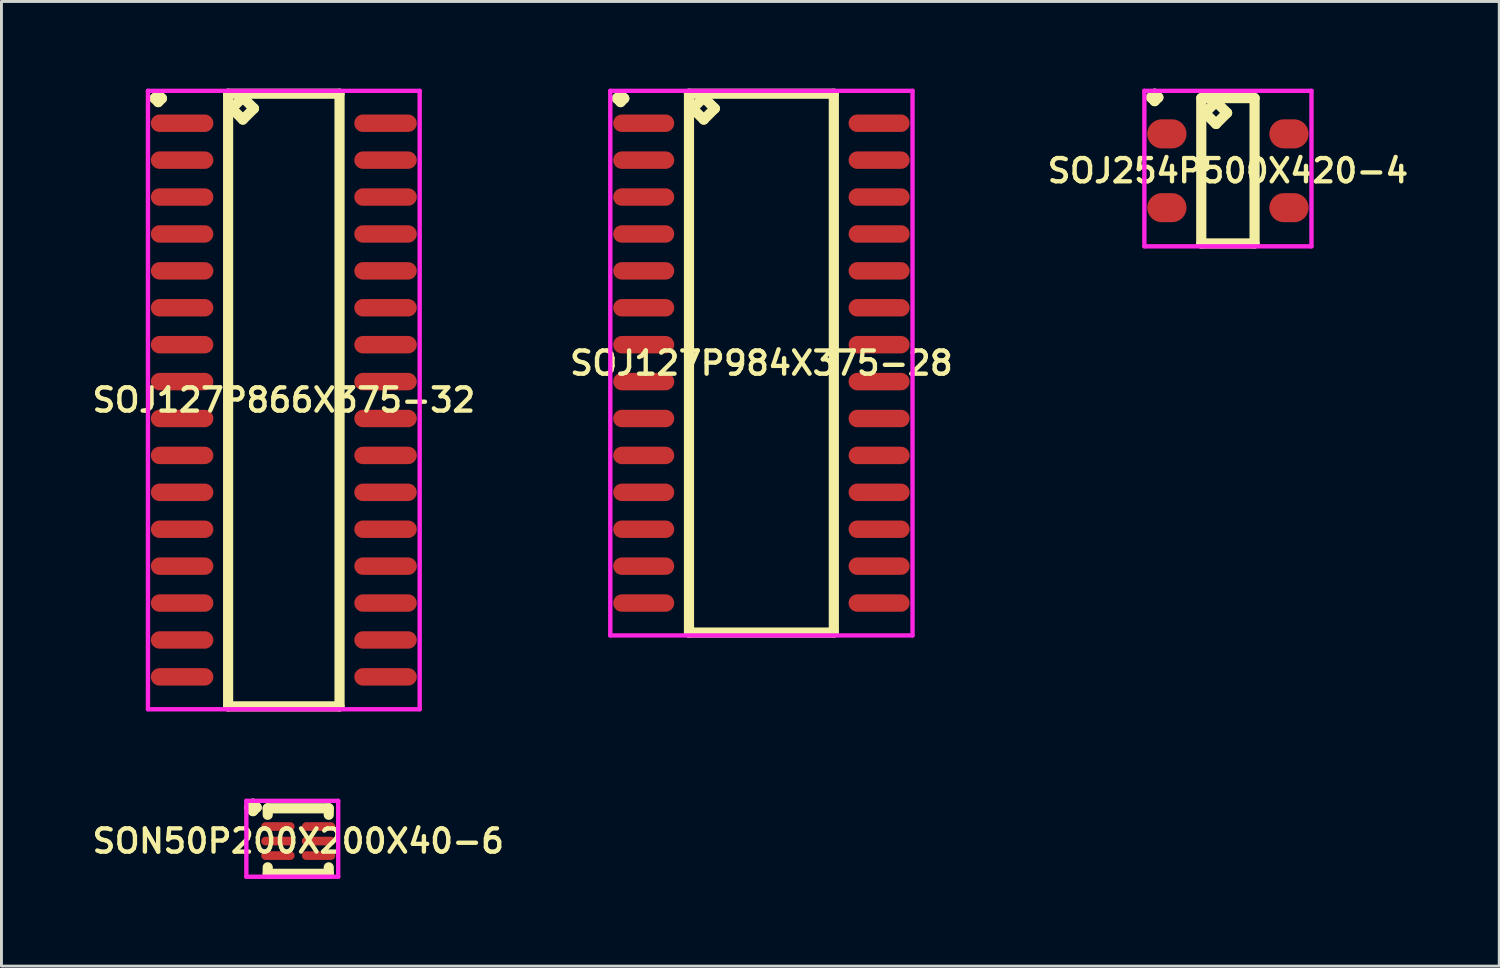
<source format=kicad_pcb>
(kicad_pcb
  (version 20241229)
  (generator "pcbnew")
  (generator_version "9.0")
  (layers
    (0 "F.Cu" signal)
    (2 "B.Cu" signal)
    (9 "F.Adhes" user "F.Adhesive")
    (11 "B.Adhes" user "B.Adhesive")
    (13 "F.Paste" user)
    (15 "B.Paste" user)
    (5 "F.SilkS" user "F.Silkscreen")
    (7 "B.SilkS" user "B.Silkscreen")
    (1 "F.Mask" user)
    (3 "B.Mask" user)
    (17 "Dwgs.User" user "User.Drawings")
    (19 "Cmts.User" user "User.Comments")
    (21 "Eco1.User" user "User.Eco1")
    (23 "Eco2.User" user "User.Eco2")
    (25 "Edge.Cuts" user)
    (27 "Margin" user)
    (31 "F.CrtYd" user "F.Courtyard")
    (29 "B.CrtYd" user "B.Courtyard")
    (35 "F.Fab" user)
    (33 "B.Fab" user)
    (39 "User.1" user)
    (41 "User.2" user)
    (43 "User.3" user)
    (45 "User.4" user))
  (footprint "SOJ127P984X375-28"
    (layer "F.Cu")
    (at 23.149 9.445)
    (property "Reference" "SOJ127P984X375-28" (at 0 0 0) (layer "F.SilkS") (effects (font (size 0.8 0.8) (thickness 0.15))))
    (attr smd)
    (fp_line (start -4.973 -9.109) (end -4.846 -9.236) (stroke (width 0.35) (type solid)) (layer "F.SilkS"))
    (fp_line (start -4.846 -9.236) (end -4.719 -9.109) (stroke (width 0.35) (type solid)) (layer "F.SilkS"))
    (fp_line (start -4.846 -8.982) (end -4.973 -9.109) (stroke (width 0.35) (type solid)) (layer "F.SilkS"))
    (fp_line (start -4.719 -9.109) (end -4.846 -8.982) (stroke (width 0.35) (type solid)) (layer "F.SilkS"))
    (fp_line (start -2.492 -9.27) (end -2.492 9.27) (stroke (width 0.35) (type solid)) (layer "F.SilkS"))
    (fp_line (start -2.492 9.27) (end 2.492 9.27) (stroke (width 0.35) (type solid)) (layer "F.SilkS"))
    (fp_line (start -2.365 -8.762) (end -1.984 -9.143) (stroke (width 0.35) (type solid)) (layer "F.SilkS"))
    (fp_line (start -1.984 -9.143) (end -1.603 -8.762) (stroke (width 0.35) (type solid)) (layer "F.SilkS"))
    (fp_line (start -1.984 -8.381) (end -2.365 -8.762) (stroke (width 0.35) (type solid)) (layer "F.SilkS"))
    (fp_line (start -1.603 -8.762) (end -1.984 -8.381) (stroke (width 0.35) (type solid)) (layer "F.SilkS"))
    (fp_line (start 2.492 -9.27) (end -2.492 -9.27) (stroke (width 0.35) (type solid)) (layer "F.SilkS"))
    (fp_line (start 2.492 9.27) (end 2.492 -9.27) (stroke (width 0.35) (type solid)) (layer "F.SilkS"))
    (fp_line (start -5.2 -9.37) (end 5.2 -9.37) (stroke (width 0.15) (type solid)) (layer "F.CrtYd"))
    (fp_line (start -5.2 9.37) (end -5.2 -9.37) (stroke (width 0.15) (type solid)) (layer "F.CrtYd"))
    (fp_line (start 5.2 -9.37) (end 5.2 9.37) (stroke (width 0.15) (type solid)) (layer "F.CrtYd"))
    (fp_line (start 5.2 9.37) (end -5.2 9.37) (stroke (width 0.15) (type solid)) (layer "F.CrtYd"))
    (pad "1" smd oval (at -4.05 -8.255) (size 2.1 0.6) (layers "F.Cu" "F.Mask" "F.Paste"))
    (pad "2" smd oval (at -4.05 -6.985) (size 2.1 0.6) (layers "F.Cu" "F.Mask" "F.Paste"))
    (pad "3" smd oval (at -4.05 -5.715) (size 2.1 0.6) (layers "F.Cu" "F.Mask" "F.Paste"))
    (pad "4" smd oval (at -4.05 -4.445) (size 2.1 0.6) (layers "F.Cu" "F.Mask" "F.Paste"))
    (pad "5" smd oval (at -4.05 -3.175) (size 2.1 0.6) (layers "F.Cu" "F.Mask" "F.Paste"))
    (pad "6" smd oval (at -4.05 -1.905) (size 2.1 0.6) (layers "F.Cu" "F.Mask" "F.Paste"))
    (pad "7" smd oval (at -4.05 -0.635) (size 2.1 0.6) (layers "F.Cu" "F.Mask" "F.Paste"))
    (pad "8" smd oval (at -4.05 0.635) (size 2.1 0.6) (layers "F.Cu" "F.Mask" "F.Paste"))
    (pad "9" smd oval (at -4.05 1.905) (size 2.1 0.6) (layers "F.Cu" "F.Mask" "F.Paste"))
    (pad "10" smd oval (at -4.05 3.175) (size 2.1 0.6) (layers "F.Cu" "F.Mask" "F.Paste"))
    (pad "11" smd oval (at -4.05 4.445) (size 2.1 0.6) (layers "F.Cu" "F.Mask" "F.Paste"))
    (pad "12" smd oval (at -4.05 5.715) (size 2.1 0.6) (layers "F.Cu" "F.Mask" "F.Paste"))
    (pad "13" smd oval (at -4.05 6.985) (size 2.1 0.6) (layers "F.Cu" "F.Mask" "F.Paste"))
    (pad "14" smd oval (at -4.05 8.255) (size 2.1 0.6) (layers "F.Cu" "F.Mask" "F.Paste"))
    (pad "15" smd oval (at 4.05 8.255) (size 2.1 0.6) (layers "F.Cu" "F.Mask" "F.Paste"))
    (pad "16" smd oval (at 4.05 6.985) (size 2.1 0.6) (layers "F.Cu" "F.Mask" "F.Paste"))
    (pad "17" smd oval (at 4.05 5.715) (size 2.1 0.6) (layers "F.Cu" "F.Mask" "F.Paste"))
    (pad "18" smd oval (at 4.05 4.445) (size 2.1 0.6) (layers "F.Cu" "F.Mask" "F.Paste"))
    (pad "19" smd oval (at 4.05 3.175) (size 2.1 0.6) (layers "F.Cu" "F.Mask" "F.Paste"))
    (pad "20" smd oval (at 4.05 1.905) (size 2.1 0.6) (layers "F.Cu" "F.Mask" "F.Paste"))
    (pad "21" smd oval (at 4.05 0.635) (size 2.1 0.6) (layers "F.Cu" "F.Mask" "F.Paste"))
    (pad "22" smd oval (at 4.05 -0.635) (size 2.1 0.6) (layers "F.Cu" "F.Mask" "F.Paste"))
    (pad "23" smd oval (at 4.05 -1.905) (size 2.1 0.6) (layers "F.Cu" "F.Mask" "F.Paste"))
    (pad "24" smd oval (at 4.05 -3.175) (size 2.1 0.6) (layers "F.Cu" "F.Mask" "F.Paste"))
    (pad "25" smd oval (at 4.05 -4.445) (size 2.1 0.6) (layers "F.Cu" "F.Mask" "F.Paste"))
    (pad "26" smd oval (at 4.05 -5.715) (size 2.1 0.6) (layers "F.Cu" "F.Mask" "F.Paste"))
    (pad "27" smd oval (at 4.05 -6.985) (size 2.1 0.6) (layers "F.Cu" "F.Mask" "F.Paste"))
    (pad "28" smd oval (at 4.05 -8.255) (size 2.1 0.6) (layers "F.Cu" "F.Mask" "F.Paste")))
  (footprint "SON50P200X200X40-6"
    (layer "F.Cu")
    (at 7.212 25.89)
    (property "Reference" "SON50P200X200X40-6" (at 0 0 0) (layer "F.SilkS") (effects (font (size 0.8 0.8) (thickness 0.15))))
    (attr smd)
    (fp_line (start -1.685 -1.158) (end -1.558 -1.285) (stroke (width 0.35) (type solid)) (layer "F.SilkS"))
    (fp_line (start -1.558 -1.285) (end -1.431 -1.158) (stroke (width 0.35) (type solid)) (layer "F.SilkS"))
    (fp_line (start -1.558 -1.031) (end -1.685 -1.158) (stroke (width 0.35) (type solid)) (layer "F.SilkS"))
    (fp_line (start -1.431 -1.158) (end -1.558 -1.031) (stroke (width 0.35) (type solid)) (layer "F.SilkS"))
    (fp_line (start -1.05 -1.127) (end 1.05 -1.127) (stroke (width 0.35) (type solid)) (layer "F.SilkS"))
    (fp_line (start -1.05 -0.904) (end -1.05 -1.127) (stroke (width 0.35) (type solid)) (layer "F.SilkS"))
    (fp_line (start -1.05 0.904) (end -1.05 1.127) (stroke (width 0.35) (type solid)) (layer "F.SilkS"))
    (fp_line (start -1.05 1.127) (end 1.05 1.127) (stroke (width 0.35) (type solid)) (layer "F.SilkS"))
    (fp_line (start 1.05 -1.127) (end 1.05 -0.904) (stroke (width 0.35) (type solid)) (layer "F.SilkS"))
    (fp_line (start 1.05 1.127) (end 1.05 0.904) (stroke (width 0.35) (type solid)) (layer "F.SilkS"))
    (fp_line (start -1.785 -1.385) (end 1.375 -1.385) (stroke (width 0.15) (type solid)) (layer "F.CrtYd"))
    (fp_line (start -1.785 1.227) (end -1.785 -1.385) (stroke (width 0.15) (type solid)) (layer "F.CrtYd"))
    (fp_line (start 1.375 -1.385) (end 1.375 1.227) (stroke (width 0.15) (type solid)) (layer "F.CrtYd"))
    (fp_line (start 1.375 1.227) (end -1.785 1.227) (stroke (width 0.15) (type solid)) (layer "F.CrtYd"))
    (pad "1" smd oval (at -0.7 -0.5) (size 1.15 0.3) (layers "F.Cu" "F.Mask" "F.Paste"))
    (pad "2" smd oval (at -0.7 0) (size 1.15 0.3) (layers "F.Cu" "F.Mask" "F.Paste"))
    (pad "3" smd oval (at -0.7 0.5) (size 1.15 0.3) (layers "F.Cu" "F.Mask" "F.Paste"))
    (pad "4" smd oval (at 0.7 0.5) (size 1.15 0.3) (layers "F.Cu" "F.Mask" "F.Paste"))
    (pad "5" smd oval (at 0.7 0) (size 1.15 0.3) (layers "F.Cu" "F.Mask" "F.Paste"))
    (pad "6" smd oval (at 0.7 -0.5) (size 1.15 0.3) (layers "F.Cu" "F.Mask" "F.Paste")))
  (footprint "SOJ254P500X420-4"
    (layer "F.Cu")
    (at 39.201 2.826)
    (property "Reference" "SOJ254P500X420-4" (at 0 0 0) (layer "F.SilkS") (effects (font (size 0.8 0.8) (thickness 0.15))))
    (attr smd)
    (fp_line (start -2.648 -2.524) (end -2.521 -2.651) (stroke (width 0.35) (type solid)) (layer "F.SilkS"))
    (fp_line (start -2.521 -2.651) (end -2.394 -2.524) (stroke (width 0.35) (type solid)) (layer "F.SilkS"))
    (fp_line (start -2.521 -2.397) (end -2.648 -2.524) (stroke (width 0.35) (type solid)) (layer "F.SilkS"))
    (fp_line (start -2.394 -2.524) (end -2.521 -2.397) (stroke (width 0.35) (type solid)) (layer "F.SilkS"))
    (fp_line (start -0.917 -2.5) (end -0.917 2.5) (stroke (width 0.35) (type solid)) (layer "F.SilkS"))
    (fp_line (start -0.917 2.5) (end 0.917 2.5) (stroke (width 0.35) (type solid)) (layer "F.SilkS"))
    (fp_line (start -0.79 -1.992) (end -0.409 -2.373) (stroke (width 0.35) (type solid)) (layer "F.SilkS"))
    (fp_line (start -0.409 -2.373) (end -0.028 -1.992) (stroke (width 0.35) (type solid)) (layer "F.SilkS"))
    (fp_line (start -0.409 -1.611) (end -0.79 -1.992) (stroke (width 0.35) (type solid)) (layer "F.SilkS"))
    (fp_line (start -0.028 -1.992) (end -0.409 -1.611) (stroke (width 0.35) (type solid)) (layer "F.SilkS"))
    (fp_line (start 0.917 -2.5) (end -0.917 -2.5) (stroke (width 0.35) (type solid)) (layer "F.SilkS"))
    (fp_line (start 0.917 2.5) (end 0.917 -2.5) (stroke (width 0.35) (type solid)) (layer "F.SilkS"))
    (fp_line (start -2.875 -2.751) (end 2.875 -2.751) (stroke (width 0.15) (type solid)) (layer "F.CrtYd"))
    (fp_line (start -2.875 2.6) (end -2.875 -2.751) (stroke (width 0.15) (type solid)) (layer "F.CrtYd"))
    (fp_line (start 2.875 -2.751) (end 2.875 2.6) (stroke (width 0.15) (type solid)) (layer "F.CrtYd"))
    (fp_line (start 2.875 2.6) (end -2.875 2.6) (stroke (width 0.15) (type solid)) (layer "F.CrtYd"))
    (pad "1" smd oval (at -2.1 -1.27) (size 1.35 1) (layers "F.Cu" "F.Mask" "F.Paste"))
    (pad "2" smd oval (at -2.1 1.27) (size 1.35 1) (layers "F.Cu" "F.Mask" "F.Paste"))
    (pad "3" smd oval (at 2.1 1.27) (size 1.35 1) (layers "F.Cu" "F.Mask" "F.Paste"))
    (pad "4" smd oval (at 2.1 -1.27) (size 1.35 1) (layers "F.Cu" "F.Mask" "F.Paste")))
  (footprint "SOJ127P866X375-32"
    (layer "F.Cu")
    (at 6.716 10.715)
    (property "Reference" "SOJ127P866X375-32" (at 0 0 0) (layer "F.SilkS") (effects (font (size 0.8 0.8) (thickness 0.15))))
    (attr smd)
    (fp_line (start -4.448 -10.379) (end -4.321 -10.506) (stroke (width 0.35) (type solid)) (layer "F.SilkS"))
    (fp_line (start -4.321 -10.506) (end -4.194 -10.379) (stroke (width 0.35) (type solid)) (layer "F.SilkS"))
    (fp_line (start -4.321 -10.252) (end -4.448 -10.379) (stroke (width 0.35) (type solid)) (layer "F.SilkS"))
    (fp_line (start -4.194 -10.379) (end -4.321 -10.252) (stroke (width 0.35) (type solid)) (layer "F.SilkS"))
    (fp_line (start -1.917 -10.54) (end -1.917 10.54) (stroke (width 0.35) (type solid)) (layer "F.SilkS"))
    (fp_line (start -1.917 10.54) (end 1.917 10.54) (stroke (width 0.35) (type solid)) (layer "F.SilkS"))
    (fp_line (start -1.79 -10.032) (end -1.409 -10.413) (stroke (width 0.35) (type solid)) (layer "F.SilkS"))
    (fp_line (start -1.409 -10.413) (end -1.028 -10.032) (stroke (width 0.35) (type solid)) (layer "F.SilkS"))
    (fp_line (start -1.409 -9.651) (end -1.79 -10.032) (stroke (width 0.35) (type solid)) (layer "F.SilkS"))
    (fp_line (start -1.028 -10.032) (end -1.409 -9.651) (stroke (width 0.35) (type solid)) (layer "F.SilkS"))
    (fp_line (start 1.917 -10.54) (end -1.917 -10.54) (stroke (width 0.35) (type solid)) (layer "F.SilkS"))
    (fp_line (start 1.917 10.54) (end 1.917 -10.54) (stroke (width 0.35) (type solid)) (layer "F.SilkS"))
    (fp_line (start -4.675 -10.64) (end 4.675 -10.64) (stroke (width 0.15) (type solid)) (layer "F.CrtYd"))
    (fp_line (start -4.675 10.64) (end -4.675 -10.64) (stroke (width 0.15) (type solid)) (layer "F.CrtYd"))
    (fp_line (start 4.675 -10.64) (end 4.675 10.64) (stroke (width 0.15) (type solid)) (layer "F.CrtYd"))
    (fp_line (start 4.675 10.64) (end -4.675 10.64) (stroke (width 0.15) (type solid)) (layer "F.CrtYd"))
    (pad "1" smd oval (at -3.5 -9.525) (size 2.15 0.6) (layers "F.Cu" "F.Mask" "F.Paste"))
    (pad "2" smd oval (at -3.5 -8.255) (size 2.15 0.6) (layers "F.Cu" "F.Mask" "F.Paste"))
    (pad "3" smd oval (at -3.5 -6.985) (size 2.15 0.6) (layers "F.Cu" "F.Mask" "F.Paste"))
    (pad "4" smd oval (at -3.5 -5.715) (size 2.15 0.6) (layers "F.Cu" "F.Mask" "F.Paste"))
    (pad "5" smd oval (at -3.5 -4.445) (size 2.15 0.6) (layers "F.Cu" "F.Mask" "F.Paste"))
    (pad "6" smd oval (at -3.5 -3.175) (size 2.15 0.6) (layers "F.Cu" "F.Mask" "F.Paste"))
    (pad "7" smd oval (at -3.5 -1.905) (size 2.15 0.6) (layers "F.Cu" "F.Mask" "F.Paste"))
    (pad "8" smd oval (at -3.5 -0.635) (size 2.15 0.6) (layers "F.Cu" "F.Mask" "F.Paste"))
    (pad "9" smd oval (at -3.5 0.635) (size 2.15 0.6) (layers "F.Cu" "F.Mask" "F.Paste"))
    (pad "10" smd oval (at -3.5 1.905) (size 2.15 0.6) (layers "F.Cu" "F.Mask" "F.Paste"))
    (pad "11" smd oval (at -3.5 3.175) (size 2.15 0.6) (layers "F.Cu" "F.Mask" "F.Paste"))
    (pad "12" smd oval (at -3.5 4.445) (size 2.15 0.6) (layers "F.Cu" "F.Mask" "F.Paste"))
    (pad "13" smd oval (at -3.5 5.715) (size 2.15 0.6) (layers "F.Cu" "F.Mask" "F.Paste"))
    (pad "14" smd oval (at -3.5 6.985) (size 2.15 0.6) (layers "F.Cu" "F.Mask" "F.Paste"))
    (pad "15" smd oval (at -3.5 8.255) (size 2.15 0.6) (layers "F.Cu" "F.Mask" "F.Paste"))
    (pad "16" smd oval (at -3.5 9.525) (size 2.15 0.6) (layers "F.Cu" "F.Mask" "F.Paste"))
    (pad "17" smd oval (at 3.5 9.525) (size 2.15 0.6) (layers "F.Cu" "F.Mask" "F.Paste"))
    (pad "18" smd oval (at 3.5 8.255) (size 2.15 0.6) (layers "F.Cu" "F.Mask" "F.Paste"))
    (pad "19" smd oval (at 3.5 6.985) (size 2.15 0.6) (layers "F.Cu" "F.Mask" "F.Paste"))
    (pad "20" smd oval (at 3.5 5.715) (size 2.15 0.6) (layers "F.Cu" "F.Mask" "F.Paste"))
    (pad "21" smd oval (at 3.5 4.445) (size 2.15 0.6) (layers "F.Cu" "F.Mask" "F.Paste"))
    (pad "22" smd oval (at 3.5 3.175) (size 2.15 0.6) (layers "F.Cu" "F.Mask" "F.Paste"))
    (pad "23" smd oval (at 3.5 1.905) (size 2.15 0.6) (layers "F.Cu" "F.Mask" "F.Paste"))
    (pad "24" smd oval (at 3.5 0.635) (size 2.15 0.6) (layers "F.Cu" "F.Mask" "F.Paste"))
    (pad "25" smd oval (at 3.5 -0.635) (size 2.15 0.6) (layers "F.Cu" "F.Mask" "F.Paste"))
    (pad "26" smd oval (at 3.5 -1.905) (size 2.15 0.6) (layers "F.Cu" "F.Mask" "F.Paste"))
    (pad "27" smd oval (at 3.5 -3.175) (size 2.15 0.6) (layers "F.Cu" "F.Mask" "F.Paste"))
    (pad "28" smd oval (at 3.5 -4.445) (size 2.15 0.6) (layers "F.Cu" "F.Mask" "F.Paste"))
    (pad "29" smd oval (at 3.5 -5.715) (size 2.15 0.6) (layers "F.Cu" "F.Mask" "F.Paste"))
    (pad "30" smd oval (at 3.5 -6.985) (size 2.15 0.6) (layers "F.Cu" "F.Mask" "F.Paste"))
    (pad "31" smd oval (at 3.5 -8.255) (size 2.15 0.6) (layers "F.Cu" "F.Mask" "F.Paste"))
    (pad "32" smd oval (at 3.5 -9.525) (size 2.15 0.6) (layers "F.Cu" "F.Mask" "F.Paste")))
  (gr_rect
    (start -3 -3)
    (end 48.537 30.192)
    (stroke (width 0.1) (type default))
    (fill no)
    (layer "Edge.Cuts")))
</source>
